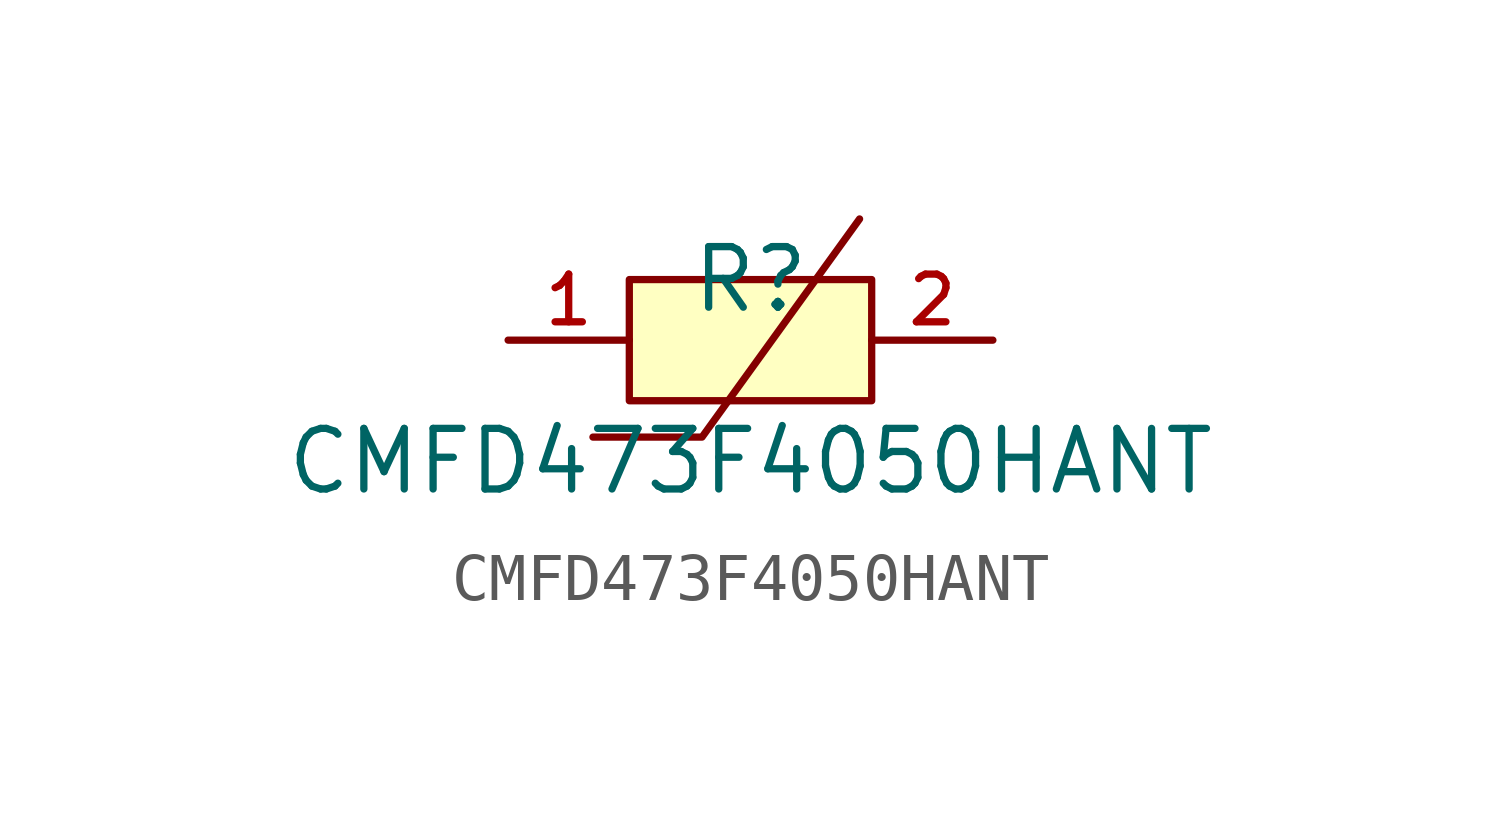
<source format=kicad_sym>
(kicad_symbol_lib
  (version 20210201)
  (generator TousstNicolas/JLC2KiCad_lib)
  (symbol "CMFD473F4050HANT"
    (pin_names hide)
    (property "Reference" "R"
      (at 0 1.27 0)
      (effects (font (size 1.27 1.27))))
    (property "Value" "CMFD473F4050HANT"
      (at 0 -2.54 0)
      (effects (font (size 1.27 1.27))))
    (symbol "CMFD473F4050HANT_0_1"
      (pin unspecified line (at -5.08 -0.0 0) (length 2.54) (name "1" (effects (font (size 1 1)))) (number "1" (effects (font (size 1 1)))))
      (pin unspecified line (at 5.08 -0.0 180) (length 2.54) (name "2" (effects (font (size 1 1)))) (number "2" (effects (font (size 1 1)))))
      (rectangle (start -2.54 1.27) (end 2.54 -1.27) (stroke (width 0) (type default) (color 0 0 0 0)) (fill (type background)))
      (polyline (pts (xy -3.302 -2.032) (xy -1.016 -2.032) (xy 2.286 2.54)) (stroke (width 0) (type default) (color 0 0 0 0)) (fill (type none))))))
</source>
